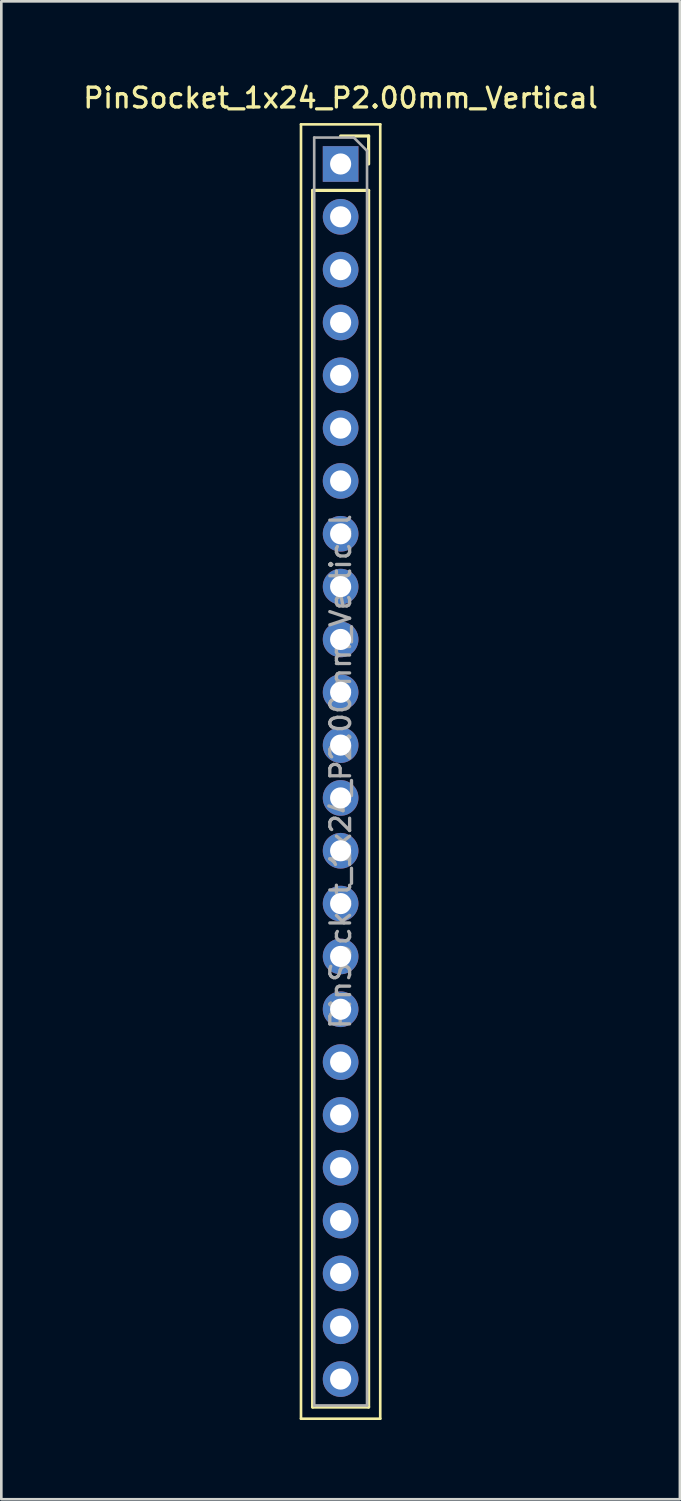
<source format=kicad_pcb>
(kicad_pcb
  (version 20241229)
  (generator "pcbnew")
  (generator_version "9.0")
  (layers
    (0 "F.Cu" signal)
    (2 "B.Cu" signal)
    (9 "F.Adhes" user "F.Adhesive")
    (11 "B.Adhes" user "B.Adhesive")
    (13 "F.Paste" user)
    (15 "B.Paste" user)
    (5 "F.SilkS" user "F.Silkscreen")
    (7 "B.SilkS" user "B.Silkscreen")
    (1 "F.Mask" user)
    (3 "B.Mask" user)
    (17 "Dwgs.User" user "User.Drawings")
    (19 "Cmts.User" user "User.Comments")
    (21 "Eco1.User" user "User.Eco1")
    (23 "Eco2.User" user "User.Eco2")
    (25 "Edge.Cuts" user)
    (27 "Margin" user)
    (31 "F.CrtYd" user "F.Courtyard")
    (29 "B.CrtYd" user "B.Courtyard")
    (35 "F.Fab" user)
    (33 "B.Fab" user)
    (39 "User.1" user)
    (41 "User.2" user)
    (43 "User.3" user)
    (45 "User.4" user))
  (footprint "PinSocket_1x24_P2.00mm_Vertical"
    (layer "F.Cu")
    (at 9.845 3.158)
    (property "Reference" "PinSocket_1x24_P2.00mm_Vertical" (at 0 -2.5 0) (layer "F.SilkS") (effects (font (size 0.75 0.75) (thickness 0.125))))
    (attr through_hole)
    (fp_line (start -1.5 -1.5) (end 1.5 -1.5) (stroke (width 0.1) (type solid)) (layer "F.SilkS"))
    (fp_line (start -1.5 47.5) (end -1.5 -1.5) (stroke (width 0.1) (type solid)) (layer "F.SilkS"))
    (fp_line (start -1.06 1) (end -1.06 47.06) (stroke (width 0.12) (type solid)) (layer "F.SilkS"))
    (fp_line (start -1.06 1) (end 1.06 1) (stroke (width 0.12) (type solid)) (layer "F.SilkS"))
    (fp_line (start -1.06 47.06) (end 1.06 47.06) (stroke (width 0.12) (type solid)) (layer "F.SilkS"))
    (fp_line (start 0 -1.06) (end 1.06 -1.06) (stroke (width 0.12) (type solid)) (layer "F.SilkS"))
    (fp_line (start 1.06 -1.06) (end 1.06 0) (stroke (width 0.12) (type solid)) (layer "F.SilkS"))
    (fp_line (start 1.06 1) (end 1.06 47.06) (stroke (width 0.12) (type solid)) (layer "F.SilkS"))
    (fp_line (start 1.5 -1.5) (end 1.5 47.5) (stroke (width 0.1) (type solid)) (layer "F.SilkS"))
    (fp_line (start 1.5 47.5) (end -1.5 47.5) (stroke (width 0.1) (type solid)) (layer "F.SilkS"))
    (fp_line (start -1 -1) (end 0.5 -1) (stroke (width 0.1) (type solid)) (layer "F.Fab"))
    (fp_line (start -1 47) (end -1 -1) (stroke (width 0.1) (type solid)) (layer "F.Fab"))
    (fp_line (start 0.5 -1) (end 1 -0.5) (stroke (width 0.1) (type solid)) (layer "F.Fab"))
    (fp_line (start 1 -0.5) (end 1 47) (stroke (width 0.1) (type solid)) (layer "F.Fab"))
    (fp_line (start 1 47) (end -1 47) (stroke (width 0.1) (type solid)) (layer "F.Fab"))
    (fp_text user "${REFERENCE}" (at 0 23 90) (layer "F.Fab") (effects (font (size 0.75 0.75) (thickness 0.125))))
    (pad "1" thru_hole rect (at 0 0) (size 1.35 1.35) (drill 0.8) (layers "*.Cu" "*.Mask"))
    (pad "2" thru_hole oval (at 0 2) (size 1.35 1.35) (drill 0.8) (layers "*.Cu" "*.Mask"))
    (pad "3" thru_hole oval (at 0 4) (size 1.35 1.35) (drill 0.8) (layers "*.Cu" "*.Mask"))
    (pad "4" thru_hole oval (at 0 6) (size 1.35 1.35) (drill 0.8) (layers "*.Cu" "*.Mask"))
    (pad "5" thru_hole oval (at 0 8) (size 1.35 1.35) (drill 0.8) (layers "*.Cu" "*.Mask"))
    (pad "6" thru_hole oval (at 0 10) (size 1.35 1.35) (drill 0.8) (layers "*.Cu" "*.Mask"))
    (pad "7" thru_hole oval (at 0 12) (size 1.35 1.35) (drill 0.8) (layers "*.Cu" "*.Mask"))
    (pad "8" thru_hole oval (at 0 14) (size 1.35 1.35) (drill 0.8) (layers "*.Cu" "*.Mask"))
    (pad "9" thru_hole oval (at 0 16) (size 1.35 1.35) (drill 0.8) (layers "*.Cu" "*.Mask"))
    (pad "10" thru_hole oval (at 0 18) (size 1.35 1.35) (drill 0.8) (layers "*.Cu" "*.Mask"))
    (pad "11" thru_hole oval (at 0 20) (size 1.35 1.35) (drill 0.8) (layers "*.Cu" "*.Mask"))
    (pad "12" thru_hole oval (at 0 22) (size 1.35 1.35) (drill 0.8) (layers "*.Cu" "*.Mask"))
    (pad "13" thru_hole oval (at 0 24) (size 1.35 1.35) (drill 0.8) (layers "*.Cu" "*.Mask"))
    (pad "14" thru_hole oval (at 0 26) (size 1.35 1.35) (drill 0.8) (layers "*.Cu" "*.Mask"))
    (pad "15" thru_hole oval (at 0 28) (size 1.35 1.35) (drill 0.8) (layers "*.Cu" "*.Mask"))
    (pad "16" thru_hole oval (at 0 30) (size 1.35 1.35) (drill 0.8) (layers "*.Cu" "*.Mask"))
    (pad "17" thru_hole oval (at 0 32) (size 1.35 1.35) (drill 0.8) (layers "*.Cu" "*.Mask"))
    (pad "18" thru_hole oval (at 0 34) (size 1.35 1.35) (drill 0.8) (layers "*.Cu" "*.Mask"))
    (pad "19" thru_hole oval (at 0 36) (size 1.35 1.35) (drill 0.8) (layers "*.Cu" "*.Mask"))
    (pad "20" thru_hole oval (at 0 38) (size 1.35 1.35) (drill 0.8) (layers "*.Cu" "*.Mask"))
    (pad "21" thru_hole oval (at 0 40) (size 1.35 1.35) (drill 0.8) (layers "*.Cu" "*.Mask"))
    (pad "22" thru_hole oval (at 0 42) (size 1.35 1.35) (drill 0.8) (layers "*.Cu" "*.Mask"))
    (pad "23" thru_hole oval (at 0 44) (size 1.35 1.35) (drill 0.8) (layers "*.Cu" "*.Mask"))
    (pad "24" thru_hole oval (at 0 46) (size 1.35 1.35) (drill 0.8) (layers "*.Cu" "*.Mask")))
  (gr_rect
    (start -3 -3)
    (end 22.689 53.708)
    (stroke (width 0.1) (type default))
    (fill no)
    (layer "Edge.Cuts")))
</source>
